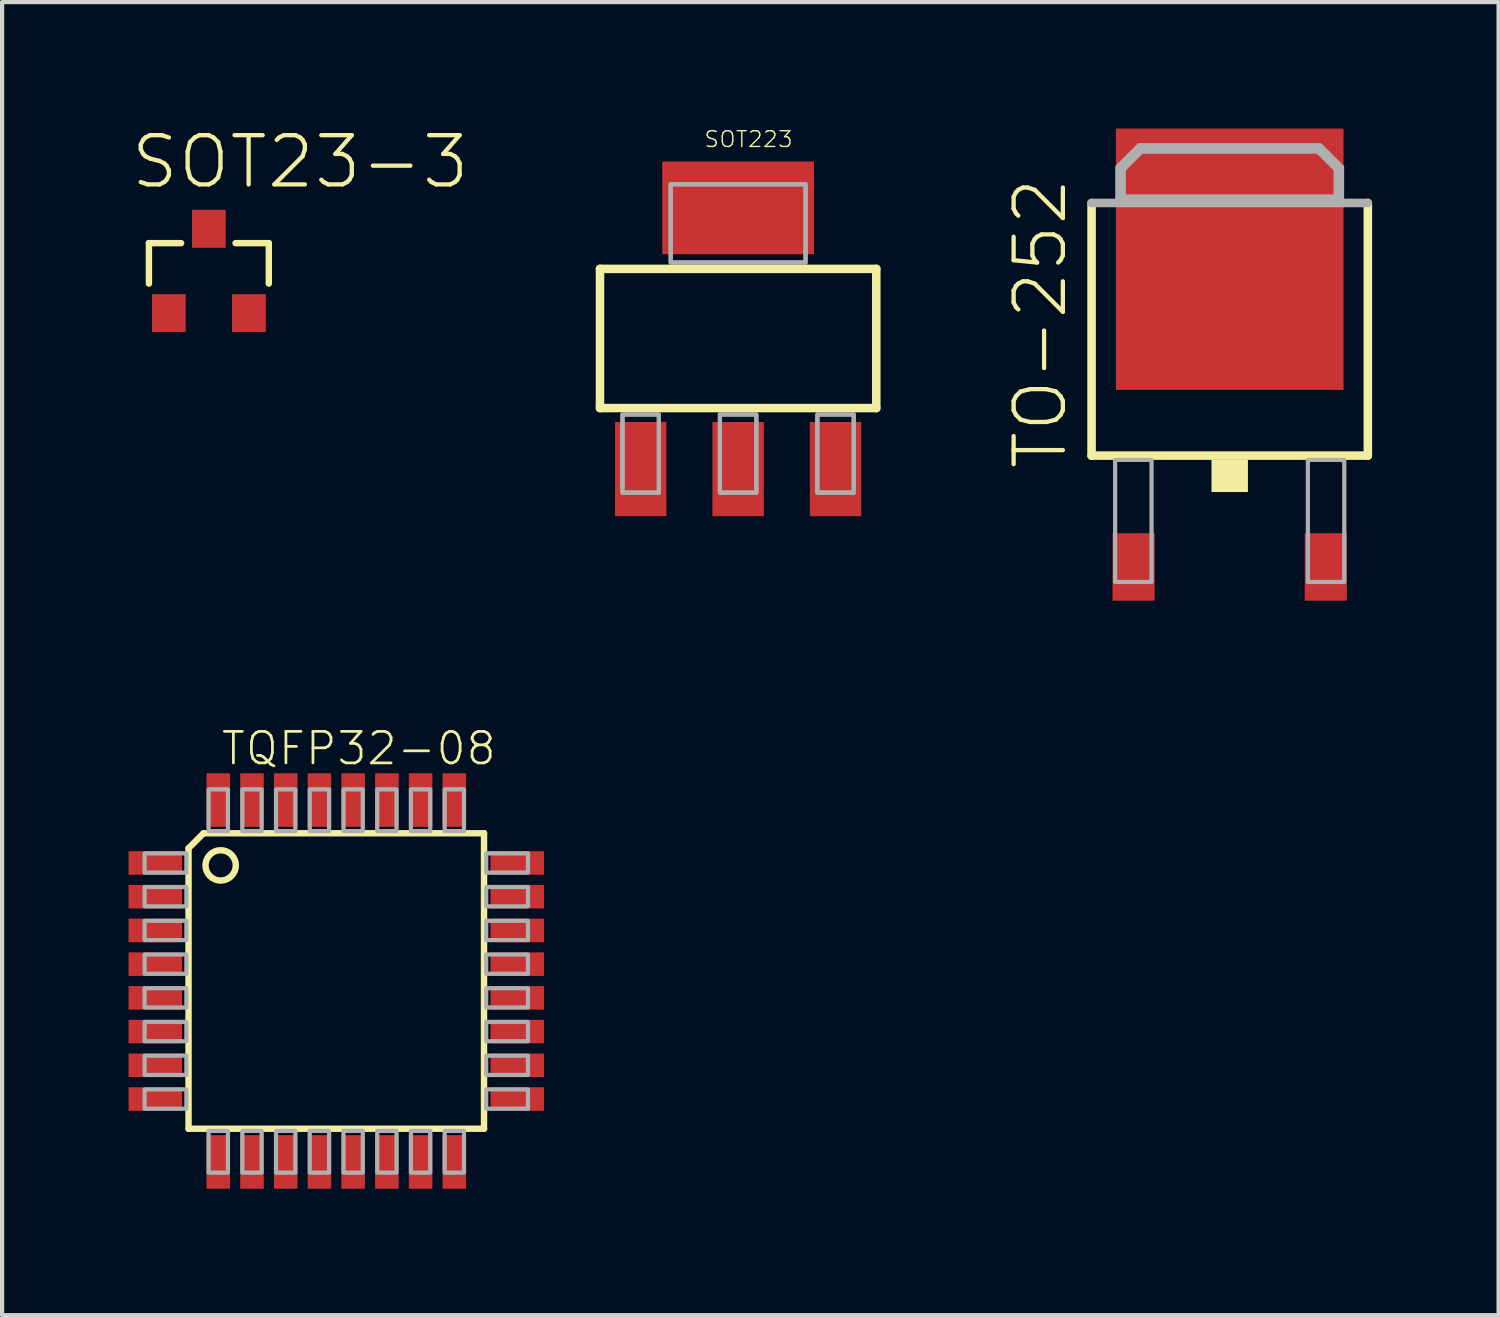
<source format=kicad_pcb>
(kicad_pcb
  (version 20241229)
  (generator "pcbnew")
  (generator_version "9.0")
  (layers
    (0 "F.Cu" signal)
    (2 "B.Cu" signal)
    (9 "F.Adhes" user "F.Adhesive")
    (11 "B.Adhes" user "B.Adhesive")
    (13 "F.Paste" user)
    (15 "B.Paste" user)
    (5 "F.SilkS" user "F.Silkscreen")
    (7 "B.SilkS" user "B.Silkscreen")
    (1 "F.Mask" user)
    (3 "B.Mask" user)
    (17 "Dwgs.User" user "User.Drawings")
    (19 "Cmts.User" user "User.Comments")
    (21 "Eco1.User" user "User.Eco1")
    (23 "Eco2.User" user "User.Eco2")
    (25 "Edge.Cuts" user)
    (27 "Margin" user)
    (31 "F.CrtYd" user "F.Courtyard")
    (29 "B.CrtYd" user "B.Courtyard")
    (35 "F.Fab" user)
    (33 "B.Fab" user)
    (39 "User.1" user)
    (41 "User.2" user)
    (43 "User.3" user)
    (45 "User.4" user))
  (footprint "SOT223"
    (layer "F.Cu")
    (at 14.461 4.98)
    (property "Reference" "SOT223" (at -0.826 -4.508 0) (layer "F.SilkS") (effects (font (size 0.374 0.374) (thickness 0.033)) (justify left bottom)))
    (fp_line (start -3.277 -1.651) (end 3.277 -1.651) (stroke (width 0.203) (type solid)) (layer "F.SilkS"))
    (fp_line (start -3.277 1.651) (end -3.277 -1.651) (stroke (width 0.203) (type solid)) (layer "F.SilkS"))
    (fp_line (start 3.277 -1.651) (end 3.277 1.651) (stroke (width 0.203) (type solid)) (layer "F.SilkS"))
    (fp_line (start 3.277 1.651) (end -3.277 1.651) (stroke (width 0.203) (type solid)) (layer "F.SilkS"))
    (fp_poly (pts (xy -2.743 3.658) (xy -1.88 3.658) (xy -1.88 1.803) (xy -2.743 1.803)) (stroke (width 0.1) (type solid)) (fill no) (layer "F.Fab"))
    (fp_poly (pts (xy -2.743 3.658) (xy -1.88 3.658) (xy -1.88 1.803) (xy -2.743 1.803)) (stroke (width 0.1) (type solid)) (fill no) (layer "F.Fab"))
    (fp_poly (pts (xy -1.6 -1.803) (xy 1.6 -1.803) (xy 1.6 -3.658) (xy -1.6 -3.658)) (stroke (width 0.1) (type solid)) (fill no) (layer "F.Fab"))
    (fp_poly (pts (xy -1.6 -1.803) (xy 1.6 -1.803) (xy 1.6 -3.658) (xy -1.6 -3.658)) (stroke (width 0.1) (type solid)) (fill no) (layer "F.Fab"))
    (fp_poly (pts (xy -0.432 3.658) (xy 0.432 3.658) (xy 0.432 1.803) (xy -0.432 1.803)) (stroke (width 0.1) (type solid)) (fill no) (layer "F.Fab"))
    (fp_poly (pts (xy -0.432 3.658) (xy 0.432 3.658) (xy 0.432 1.803) (xy -0.432 1.803)) (stroke (width 0.1) (type solid)) (fill no) (layer "F.Fab"))
    (fp_poly (pts (xy 1.88 3.658) (xy 2.743 3.658) (xy 2.743 1.803) (xy 1.88 1.803)) (stroke (width 0.1) (type solid)) (fill no) (layer "F.Fab"))
    (fp_poly (pts (xy 1.88 3.658) (xy 2.743 3.658) (xy 2.743 1.803) (xy 1.88 1.803)) (stroke (width 0.1) (type solid)) (fill no) (layer "F.Fab"))
    (pad "1" smd rect (at -2.311 3.099) (size 1.219 2.235) (layers "F.Cu" "F.Mask" "F.Paste"))
    (pad "2" smd rect (at 0 3.099) (size 1.219 2.235) (layers "F.Cu" "F.Mask" "F.Paste"))
    (pad "3" smd rect (at 2.311 3.099) (size 1.219 2.235) (layers "F.Cu" "F.Mask" "F.Paste"))
    (pad "4" smd rect (at 0 -3.099) (size 3.6 2.2) (layers "F.Cu" "F.Mask" "F.Paste")))
  (footprint "TO-252"
    (layer "F.Cu")
    (at 26.123 5.6)
    (property "Reference" "TO-252" (at -3.81 2.54 90) (layer "F.SilkS") (effects (font (size 1.168 1.168) (thickness 0.102)) (justify left bottom)))
    (fp_line (start -3.277 2.159) (end -3.277 -3.835) (stroke (width 0.203) (type solid)) (layer "F.SilkS"))
    (fp_line (start 3.277 -3.835) (end 3.277 2.159) (stroke (width 0.203) (type solid)) (layer "F.SilkS"))
    (fp_line (start 3.277 2.159) (end -3.277 2.159) (stroke (width 0.203) (type solid)) (layer "F.SilkS"))
    (fp_poly (pts (xy -0.432 3.023) (xy 0.432 3.023) (xy 0.432 2.261) (xy -0.432 2.261)) (stroke (width 0) (type solid)) (fill yes) (layer "F.SilkS"))
    (fp_line (start -3.277 -3.835) (end 3.277 -3.835) (stroke (width 0.203) (type solid)) (layer "F.Fab"))
    (fp_line (start -2.565 -4.648) (end -2.108 -5.105) (stroke (width 0.203) (type solid)) (layer "F.Fab"))
    (fp_line (start -2.565 -3.937) (end -2.565 -4.648) (stroke (width 0.203) (type solid)) (layer "F.Fab"))
    (fp_line (start -2.108 -5.105) (end 2.108 -5.105) (stroke (width 0.203) (type solid)) (layer "F.Fab"))
    (fp_line (start 2.108 -5.105) (end 2.565 -4.648) (stroke (width 0.203) (type solid)) (layer "F.Fab"))
    (fp_line (start 2.565 -4.648) (end 2.565 -3.937) (stroke (width 0.203) (type solid)) (layer "F.Fab"))
    (fp_line (start 2.565 -3.937) (end -2.565 -3.937) (stroke (width 0.203) (type solid)) (layer "F.Fab"))
    (fp_poly (pts (xy -2.718 5.156) (xy -1.854 5.156) (xy -1.854 2.261) (xy -2.718 2.261)) (stroke (width 0.1) (type solid)) (fill no) (layer "F.Fab"))
    (fp_poly (pts (xy 1.854 5.156) (xy 2.718 5.156) (xy 2.718 2.261) (xy 1.854 2.261)) (stroke (width 0.1) (type solid)) (fill no) (layer "F.Fab"))
    (fp_poly (pts (xy 2.665 -4.69) (xy 2.665 -3.837) (xy -2.665 -3.837) (xy -2.665 -4.69) (xy -2.15 -5.205) (xy 2.15 -5.205)) (stroke (width 0.1) (type solid)) (fill no) (layer "F.Fab"))
    (pad "1" smd rect (at -2.28 4.8) (size 1 1.6) (layers "F.Cu" "F.Mask" "F.Paste"))
    (pad "2" smd rect (at 2.28 4.8) (size 1 1.6) (layers "F.Cu" "F.Mask" "F.Paste"))
    (pad "3" smd rect (at 0 -2.5) (size 5.4 6.2) (layers "F.Cu" "F.Mask" "F.Paste")))
  (footprint "TQFP32-08"
    (layer "F.Cu")
    (at 4.928 20.223)
    (property "Reference" "TQFP32-08" (at -2.769 -5.08 0) (layer "F.SilkS") (effects (font (size 0.748 0.748) (thickness 0.065)) (justify left bottom)))
    (fp_line (start -3.505 3.505) (end -3.505 -3.15) (stroke (width 0.152) (type solid)) (layer "F.SilkS"))
    (fp_line (start -3.15 -3.505) (end -3.505 -3.15) (stroke (width 0.152) (type solid)) (layer "F.SilkS"))
    (fp_line (start -3.15 -3.505) (end 3.505 -3.505) (stroke (width 0.152) (type solid)) (layer "F.SilkS"))
    (fp_line (start 3.505 -3.505) (end 3.505 3.505) (stroke (width 0.152) (type solid)) (layer "F.SilkS"))
    (fp_line (start 3.505 3.505) (end -3.505 3.505) (stroke (width 0.152) (type solid)) (layer "F.SilkS"))
    (fp_circle (center -2.743 -2.743) (end -2.384 -2.743) (stroke (width 0.152) (type solid)) (fill no) (layer "F.SilkS"))
    (fp_poly (pts (xy -4.547 -2.571) (xy -3.556 -2.571) (xy -3.556 -3.029) (xy -4.547 -3.029)) (stroke (width 0.1) (type solid)) (fill no) (layer "F.Fab"))
    (fp_poly (pts (xy -4.547 -1.771) (xy -3.556 -1.771) (xy -3.556 -2.229) (xy -4.547 -2.229)) (stroke (width 0.1) (type solid)) (fill no) (layer "F.Fab"))
    (fp_poly (pts (xy -4.547 -0.971) (xy -3.556 -0.971) (xy -3.556 -1.429) (xy -4.547 -1.429)) (stroke (width 0.1) (type solid)) (fill no) (layer "F.Fab"))
    (fp_poly (pts (xy -4.547 -0.171) (xy -3.556 -0.171) (xy -3.556 -0.629) (xy -4.547 -0.629)) (stroke (width 0.1) (type solid)) (fill no) (layer "F.Fab"))
    (fp_poly (pts (xy -4.547 0.629) (xy -3.556 0.629) (xy -3.556 0.171) (xy -4.547 0.171)) (stroke (width 0.1) (type solid)) (fill no) (layer "F.Fab"))
    (fp_poly (pts (xy -4.547 1.429) (xy -3.556 1.429) (xy -3.556 0.971) (xy -4.547 0.971)) (stroke (width 0.1) (type solid)) (fill no) (layer "F.Fab"))
    (fp_poly (pts (xy -4.547 2.229) (xy -3.556 2.229) (xy -3.556 1.771) (xy -4.547 1.771)) (stroke (width 0.1) (type solid)) (fill no) (layer "F.Fab"))
    (fp_poly (pts (xy -4.547 3.029) (xy -3.556 3.029) (xy -3.556 2.571) (xy -4.547 2.571)) (stroke (width 0.1) (type solid)) (fill no) (layer "F.Fab"))
    (fp_poly (pts (xy -3.029 -3.556) (xy -2.571 -3.556) (xy -2.571 -4.547) (xy -3.029 -4.547)) (stroke (width 0.1) (type solid)) (fill no) (layer "F.Fab"))
    (fp_poly (pts (xy -3.029 4.547) (xy -2.571 4.547) (xy -2.571 3.556) (xy -3.029 3.556)) (stroke (width 0.1) (type solid)) (fill no) (layer "F.Fab"))
    (fp_poly (pts (xy -2.229 -3.556) (xy -1.771 -3.556) (xy -1.771 -4.547) (xy -2.229 -4.547)) (stroke (width 0.1) (type solid)) (fill no) (layer "F.Fab"))
    (fp_poly (pts (xy -2.229 4.547) (xy -1.771 4.547) (xy -1.771 3.556) (xy -2.229 3.556)) (stroke (width 0.1) (type solid)) (fill no) (layer "F.Fab"))
    (fp_poly (pts (xy -1.429 -3.556) (xy -0.971 -3.556) (xy -0.971 -4.547) (xy -1.429 -4.547)) (stroke (width 0.1) (type solid)) (fill no) (layer "F.Fab"))
    (fp_poly (pts (xy -1.429 4.547) (xy -0.971 4.547) (xy -0.971 3.556) (xy -1.429 3.556)) (stroke (width 0.1) (type solid)) (fill no) (layer "F.Fab"))
    (fp_poly (pts (xy -0.629 -3.556) (xy -0.171 -3.556) (xy -0.171 -4.547) (xy -0.629 -4.547)) (stroke (width 0.1) (type solid)) (fill no) (layer "F.Fab"))
    (fp_poly (pts (xy -0.629 4.547) (xy -0.171 4.547) (xy -0.171 3.556) (xy -0.629 3.556)) (stroke (width 0.1) (type solid)) (fill no) (layer "F.Fab"))
    (fp_poly (pts (xy 0.171 -3.556) (xy 0.629 -3.556) (xy 0.629 -4.547) (xy 0.171 -4.547)) (stroke (width 0.1) (type solid)) (fill no) (layer "F.Fab"))
    (fp_poly (pts (xy 0.171 4.547) (xy 0.629 4.547) (xy 0.629 3.556) (xy 0.171 3.556)) (stroke (width 0.1) (type solid)) (fill no) (layer "F.Fab"))
    (fp_poly (pts (xy 0.971 -3.556) (xy 1.429 -3.556) (xy 1.429 -4.547) (xy 0.971 -4.547)) (stroke (width 0.1) (type solid)) (fill no) (layer "F.Fab"))
    (fp_poly (pts (xy 0.971 4.547) (xy 1.429 4.547) (xy 1.429 3.556) (xy 0.971 3.556)) (stroke (width 0.1) (type solid)) (fill no) (layer "F.Fab"))
    (fp_poly (pts (xy 1.771 -3.556) (xy 2.229 -3.556) (xy 2.229 -4.547) (xy 1.771 -4.547)) (stroke (width 0.1) (type solid)) (fill no) (layer "F.Fab"))
    (fp_poly (pts (xy 1.771 4.547) (xy 2.229 4.547) (xy 2.229 3.556) (xy 1.771 3.556)) (stroke (width 0.1) (type solid)) (fill no) (layer "F.Fab"))
    (fp_poly (pts (xy 2.571 -3.556) (xy 3.029 -3.556) (xy 3.029 -4.547) (xy 2.571 -4.547)) (stroke (width 0.1) (type solid)) (fill no) (layer "F.Fab"))
    (fp_poly (pts (xy 2.571 4.547) (xy 3.029 4.547) (xy 3.029 3.556) (xy 2.571 3.556)) (stroke (width 0.1) (type solid)) (fill no) (layer "F.Fab"))
    (fp_poly (pts (xy 3.556 -2.571) (xy 4.547 -2.571) (xy 4.547 -3.029) (xy 3.556 -3.029)) (stroke (width 0.1) (type solid)) (fill no) (layer "F.Fab"))
    (fp_poly (pts (xy 3.556 -1.771) (xy 4.547 -1.771) (xy 4.547 -2.229) (xy 3.556 -2.229)) (stroke (width 0.1) (type solid)) (fill no) (layer "F.Fab"))
    (fp_poly (pts (xy 3.556 -0.971) (xy 4.547 -0.971) (xy 4.547 -1.429) (xy 3.556 -1.429)) (stroke (width 0.1) (type solid)) (fill no) (layer "F.Fab"))
    (fp_poly (pts (xy 3.556 -0.171) (xy 4.547 -0.171) (xy 4.547 -0.629) (xy 3.556 -0.629)) (stroke (width 0.1) (type solid)) (fill no) (layer "F.Fab"))
    (fp_poly (pts (xy 3.556 0.629) (xy 4.547 0.629) (xy 4.547 0.171) (xy 3.556 0.171)) (stroke (width 0.1) (type solid)) (fill no) (layer "F.Fab"))
    (fp_poly (pts (xy 3.556 1.429) (xy 4.547 1.429) (xy 4.547 0.971) (xy 3.556 0.971)) (stroke (width 0.1) (type solid)) (fill no) (layer "F.Fab"))
    (fp_poly (pts (xy 3.556 2.229) (xy 4.547 2.229) (xy 4.547 1.771) (xy 3.556 1.771)) (stroke (width 0.1) (type solid)) (fill no) (layer "F.Fab"))
    (fp_poly (pts (xy 3.556 3.029) (xy 4.547 3.029) (xy 4.547 2.571) (xy 3.556 2.571)) (stroke (width 0.1) (type solid)) (fill no) (layer "F.Fab"))
    (pad "1" smd rect (at -4.293 -2.8) (size 1.27 0.559) (layers "F.Cu" "F.Mask" "F.Paste"))
    (pad "2" smd rect (at -4.293 -2) (size 1.27 0.559) (layers "F.Cu" "F.Mask" "F.Paste"))
    (pad "3" smd rect (at -4.293 -1.2) (size 1.27 0.559) (layers "F.Cu" "F.Mask" "F.Paste"))
    (pad "4" smd rect (at -4.293 -0.4) (size 1.27 0.559) (layers "F.Cu" "F.Mask" "F.Paste"))
    (pad "5" smd rect (at -4.293 0.4) (size 1.27 0.559) (layers "F.Cu" "F.Mask" "F.Paste"))
    (pad "6" smd rect (at -4.293 1.2) (size 1.27 0.559) (layers "F.Cu" "F.Mask" "F.Paste"))
    (pad "7" smd rect (at -4.293 2) (size 1.27 0.559) (layers "F.Cu" "F.Mask" "F.Paste"))
    (pad "8" smd rect (at -4.293 2.8) (size 1.27 0.559) (layers "F.Cu" "F.Mask" "F.Paste"))
    (pad "9" smd rect (at -2.8 4.293) (size 0.559 1.27) (layers "F.Cu" "F.Mask" "F.Paste"))
    (pad "10" smd rect (at -2 4.293) (size 0.559 1.27) (layers "F.Cu" "F.Mask" "F.Paste"))
    (pad "11" smd rect (at -1.2 4.293) (size 0.559 1.27) (layers "F.Cu" "F.Mask" "F.Paste"))
    (pad "12" smd rect (at -0.4 4.293) (size 0.559 1.27) (layers "F.Cu" "F.Mask" "F.Paste"))
    (pad "13" smd rect (at 0.4 4.293) (size 0.559 1.27) (layers "F.Cu" "F.Mask" "F.Paste"))
    (pad "14" smd rect (at 1.2 4.293) (size 0.559 1.27) (layers "F.Cu" "F.Mask" "F.Paste"))
    (pad "15" smd rect (at 2 4.293) (size 0.559 1.27) (layers "F.Cu" "F.Mask" "F.Paste"))
    (pad "16" smd rect (at 2.8 4.293) (size 0.559 1.27) (layers "F.Cu" "F.Mask" "F.Paste"))
    (pad "17" smd rect (at 4.293 2.8) (size 1.27 0.559) (layers "F.Cu" "F.Mask" "F.Paste"))
    (pad "18" smd rect (at 4.293 2) (size 1.27 0.559) (layers "F.Cu" "F.Mask" "F.Paste"))
    (pad "19" smd rect (at 4.293 1.2) (size 1.27 0.559) (layers "F.Cu" "F.Mask" "F.Paste"))
    (pad "20" smd rect (at 4.293 0.4) (size 1.27 0.559) (layers "F.Cu" "F.Mask" "F.Paste"))
    (pad "21" smd rect (at 4.293 -0.4) (size 1.27 0.559) (layers "F.Cu" "F.Mask" "F.Paste"))
    (pad "22" smd rect (at 4.293 -1.2) (size 1.27 0.559) (layers "F.Cu" "F.Mask" "F.Paste"))
    (pad "23" smd rect (at 4.293 -2) (size 1.27 0.559) (layers "F.Cu" "F.Mask" "F.Paste"))
    (pad "24" smd rect (at 4.293 -2.8) (size 1.27 0.559) (layers "F.Cu" "F.Mask" "F.Paste"))
    (pad "25" smd rect (at 2.8 -4.293) (size 0.559 1.27) (layers "F.Cu" "F.Mask" "F.Paste"))
    (pad "26" smd rect (at 2 -4.293) (size 0.559 1.27) (layers "F.Cu" "F.Mask" "F.Paste"))
    (pad "27" smd rect (at 1.2 -4.293) (size 0.559 1.27) (layers "F.Cu" "F.Mask" "F.Paste"))
    (pad "28" smd rect (at 0.4 -4.293) (size 0.559 1.27) (layers "F.Cu" "F.Mask" "F.Paste"))
    (pad "29" smd rect (at -0.4 -4.293) (size 0.559 1.27) (layers "F.Cu" "F.Mask" "F.Paste"))
    (pad "30" smd rect (at -1.2 -4.293) (size 0.559 1.27) (layers "F.Cu" "F.Mask" "F.Paste"))
    (pad "31" smd rect (at -2 -4.293) (size 0.559 1.27) (layers "F.Cu" "F.Mask" "F.Paste"))
    (pad "32" smd rect (at -2.8 -4.293) (size 0.559 1.27) (layers "F.Cu" "F.Mask" "F.Paste")))
  (footprint "SOT23-3"
    (layer "F.Cu")
    (at 1.905 3.378)
    (property "Reference" "SOT23-3" (at -1.905 -1.905 0) (layer "F.SilkS") (effects (font (size 1.168 1.168) (thickness 0.102)) (justify left bottom)))
    (fp_line (start -1.422 -0.66) (end -0.658 -0.66) (stroke (width 0.152) (type solid)) (layer "F.SilkS"))
    (fp_line (start -1.422 0.3) (end -1.422 -0.66) (stroke (width 0.152) (type solid)) (layer "F.SilkS"))
    (fp_line (start 0.633 -0.66) (end 1.422 -0.66) (stroke (width 0.152) (type solid)) (layer "F.SilkS"))
    (fp_line (start 1.422 -0.66) (end 1.422 0.3) (stroke (width 0.152) (type solid)) (layer "F.SilkS"))
    (pad "1" smd rect (at -0.95 1) (size 0.8 0.9) (layers "F.Cu" "F.Mask" "F.Paste"))
    (pad "2" smd rect (at 0.95 1) (size 0.8 0.9) (layers "F.Cu" "F.Mask" "F.Paste"))
    (pad "3" smd rect (at 0 -1) (size 0.8 0.9) (layers "F.Cu" "F.Mask" "F.Paste")))
  (gr_rect
    (start -3 -3)
    (end 32.502 28.15)
    (stroke (width 0.1) (type default))
    (fill no)
    (layer "Edge.Cuts")))
</source>
